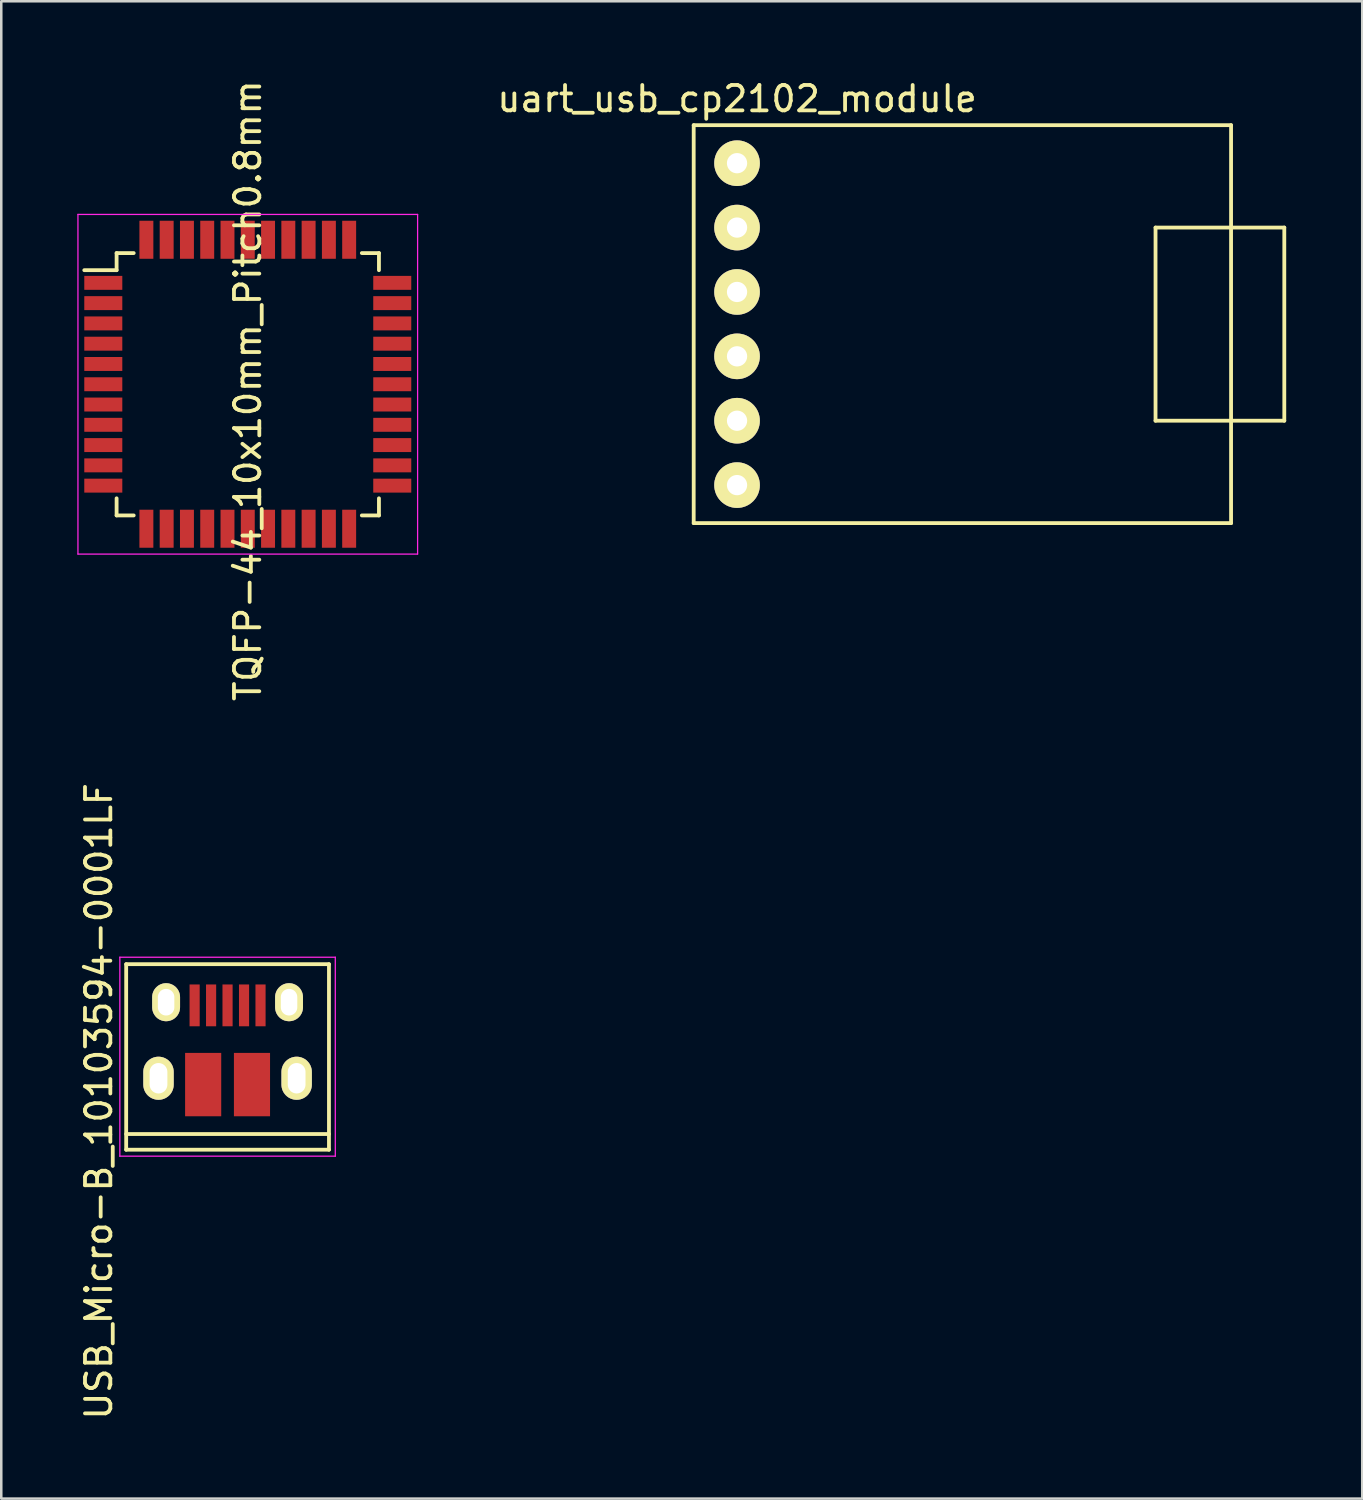
<source format=kicad_pcb>
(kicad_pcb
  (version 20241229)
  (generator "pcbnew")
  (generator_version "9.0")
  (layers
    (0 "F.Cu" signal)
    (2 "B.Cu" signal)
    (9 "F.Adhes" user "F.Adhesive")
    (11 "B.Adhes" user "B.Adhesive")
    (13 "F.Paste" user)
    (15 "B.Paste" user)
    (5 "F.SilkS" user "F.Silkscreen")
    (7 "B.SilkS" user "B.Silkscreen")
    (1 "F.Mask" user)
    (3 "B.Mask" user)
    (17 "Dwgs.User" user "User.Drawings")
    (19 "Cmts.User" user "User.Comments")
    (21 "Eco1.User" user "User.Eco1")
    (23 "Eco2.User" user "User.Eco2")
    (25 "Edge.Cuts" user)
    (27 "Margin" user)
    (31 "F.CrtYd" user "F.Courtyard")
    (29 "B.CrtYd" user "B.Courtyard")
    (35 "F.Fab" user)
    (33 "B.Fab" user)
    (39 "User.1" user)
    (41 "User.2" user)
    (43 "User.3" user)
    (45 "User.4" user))
  (footprint "uart_usb_cp2102_module"
    (layer "F.Cu")
    (at 34.917 9.738)
    (property "Reference" "uart_usb_cp2102_module" (at -8.89 -8.89 0) (layer "F.SilkS") (effects (font (size 1 1) (thickness 0.15))))
    (attr through_hole)
    (fp_line (start -10.6 -7.85) (end 10.6 -7.85) (stroke (width 0.15) (type solid)) (layer "F.SilkS"))
    (fp_line (start -10.6 7.85) (end -10.6 -7.85) (stroke (width 0.15) (type solid)) (layer "F.SilkS"))
    (fp_line (start 7.62 -3.81) (end 7.62 3.81) (stroke (width 0.15) (type solid)) (layer "F.SilkS"))
    (fp_line (start 7.62 3.81) (end 12.7 3.81) (stroke (width 0.15) (type solid)) (layer "F.SilkS"))
    (fp_line (start 10.6 -7.85) (end 10.6 7.85) (stroke (width 0.15) (type solid)) (layer "F.SilkS"))
    (fp_line (start 10.6 7.85) (end -10.6 7.85) (stroke (width 0.15) (type solid)) (layer "F.SilkS"))
    (fp_line (start 12.7 -3.81) (end 7.62 -3.81) (stroke (width 0.15) (type solid)) (layer "F.SilkS"))
    (fp_line (start 12.7 3.81) (end 12.7 -3.81) (stroke (width 0.15) (type solid)) (layer "F.SilkS"))
    (pad "1" thru_hole circle (at -8.89 -6.35) (size 1.8 1.8) (drill 0.8) (layers "*.Cu" "*.Mask" "F.SilkS"))
    (pad "2" thru_hole circle (at -8.89 -3.81) (size 1.8 1.8) (drill 0.8) (layers "*.Cu" "*.Mask" "F.SilkS"))
    (pad "3" thru_hole circle (at -8.89 -1.27) (size 1.8 1.8) (drill 0.8) (layers "*.Cu" "*.Mask" "F.SilkS"))
    (pad "4" thru_hole circle (at -8.89 1.27) (size 1.8 1.8) (drill 0.8) (layers "*.Cu" "*.Mask" "F.SilkS"))
    (pad "5" thru_hole circle (at -8.89 3.81) (size 1.8 1.8) (drill 0.8) (layers "*.Cu" "*.Mask" "F.SilkS"))
    (pad "6" thru_hole circle (at -8.89 6.35) (size 1.8 1.8) (drill 0.8) (layers "*.Cu" "*.Mask" "F.SilkS")))
  (footprint "USB_Micro-B_10103594-0001LF"
    (layer "F.Cu")
    (at 5.928 38.113)
    (property "Reference" "USB_Micro-B_10103594-0001LF" (at -5.08 2.286 90) (layer "F.SilkS") (effects (font (size 1 1) (thickness 0.15))))
    (attr smd)
    (fp_line (start -4 -3.125) (end 4 -3.125) (stroke (width 0.15) (type solid)) (layer "F.SilkS"))
    (fp_line (start -4 4.195) (end -4 -3.125) (stroke (width 0.15) (type solid)) (layer "F.SilkS"))
    (fp_line (start -4 4.195) (end 4 4.195) (stroke (width 0.15) (type solid)) (layer "F.SilkS"))
    (fp_line (start 4 -3.125) (end 4 4.195) (stroke (width 0.15) (type solid)) (layer "F.SilkS"))
    (fp_line (start 4 3.575) (end -4 3.575) (stroke (width 0.15) (type solid)) (layer "F.SilkS"))
    (fp_line (start -4.25 -3.4) (end 4.25 -3.4) (stroke (width 0.05) (type solid)) (layer "F.CrtYd"))
    (fp_line (start -4.25 4.45) (end -4.25 -3.4) (stroke (width 0.05) (type solid)) (layer "F.CrtYd"))
    (fp_line (start 4.25 -3.4) (end 4.25 4.45) (stroke (width 0.05) (type solid)) (layer "F.CrtYd"))
    (fp_line (start 4.25 4.45) (end -4.25 4.45) (stroke (width 0.05) (type solid)) (layer "F.CrtYd"))
    (pad "1" smd rect (at -1.3 -1.5 90) (size 1.65 0.4) (layers "F.Cu" "F.Mask" "F.Paste"))
    (pad "2" smd rect (at -0.65 -1.5 90) (size 1.65 0.4) (layers "F.Cu" "F.Mask" "F.Paste"))
    (pad "3" smd rect (at -0.001 -1.5 90) (size 1.65 0.4) (layers "F.Cu" "F.Mask" "F.Paste"))
    (pad "4" smd rect (at 0.65 -1.5 90) (size 1.65 0.4) (layers "F.Cu" "F.Mask" "F.Paste"))
    (pad "5" smd rect (at 1.3 -1.5 90) (size 1.65 0.4) (layers "F.Cu" "F.Mask" "F.Paste"))
    (pad "6" thru_hole oval (at -2.725 1.375 90) (size 1.7 1.2) (drill oval 1.2 0.7) (layers "*.Cu" "*.Mask" "F.SilkS"))
    (pad "6" thru_hole oval (at -2.425 -1.625 90) (size 1.5 1.1) (drill oval 1.05 0.65) (layers "*.Cu" "*.Mask" "F.SilkS"))
    (pad "6" smd rect (at -0.963 1.625 90) (size 2.5 1.425) (layers "F.Cu" "F.Mask" "F.Paste"))
    (pad "6" smd rect (at 0.963 1.625 90) (size 2.5 1.425) (layers "F.Cu" "F.Mask" "F.Paste"))
    (pad "6" thru_hole oval (at 2.425 -1.625 90) (size 1.5 1.1) (drill oval 1.05 0.65) (layers "*.Cu" "*.Mask" "F.SilkS"))
    (pad "6" thru_hole oval (at 2.725 1.375 90) (size 1.7 1.2) (drill oval 1.2 0.7) (layers "*.Cu" "*.Mask" "F.SilkS")))
  (footprint "TQFP-44_10x10mm_Pitch0.8mm"
    (layer "F.Cu")
    (at 6.725 12.109)
    (property "Reference" "TQFP-44_10x10mm_Pitch0.8mm" (at 0 0.254 270) (layer "F.SilkS") (effects (font (size 1 1) (thickness 0.15))))
    (attr smd)
    (fp_line (start -5.175 -5.175) (end -5.175 -4.5) (stroke (width 0.15) (type solid)) (layer "F.SilkS"))
    (fp_line (start -5.175 -5.175) (end -4.5 -5.175) (stroke (width 0.15) (type solid)) (layer "F.SilkS"))
    (fp_line (start -5.175 -4.5) (end -6.45 -4.5) (stroke (width 0.15) (type solid)) (layer "F.SilkS"))
    (fp_line (start -5.175 5.175) (end -5.175 4.5) (stroke (width 0.15) (type solid)) (layer "F.SilkS"))
    (fp_line (start -5.175 5.175) (end -4.5 5.175) (stroke (width 0.15) (type solid)) (layer "F.SilkS"))
    (fp_line (start 5.175 -5.175) (end 4.5 -5.175) (stroke (width 0.15) (type solid)) (layer "F.SilkS"))
    (fp_line (start 5.175 -5.175) (end 5.175 -4.5) (stroke (width 0.15) (type solid)) (layer "F.SilkS"))
    (fp_line (start 5.175 5.175) (end 4.5 5.175) (stroke (width 0.15) (type solid)) (layer "F.SilkS"))
    (fp_line (start 5.175 5.175) (end 5.175 4.5) (stroke (width 0.15) (type solid)) (layer "F.SilkS"))
    (fp_line (start -6.7 -6.7) (end -6.7 6.7) (stroke (width 0.05) (type solid)) (layer "F.CrtYd"))
    (fp_line (start -6.7 -6.7) (end 6.7 -6.7) (stroke (width 0.05) (type solid)) (layer "F.CrtYd"))
    (fp_line (start -6.7 6.7) (end 6.7 6.7) (stroke (width 0.05) (type solid)) (layer "F.CrtYd"))
    (fp_line (start 6.7 -6.7) (end 6.7 6.7) (stroke (width 0.05) (type solid)) (layer "F.CrtYd"))
    (pad "1" smd rect (at -5.7 -4) (size 1.5 0.55) (layers "F.Cu" "F.Mask" "F.Paste"))
    (pad "2" smd rect (at -5.7 -3.2) (size 1.5 0.55) (layers "F.Cu" "F.Mask" "F.Paste"))
    (pad "3" smd rect (at -5.7 -2.4) (size 1.5 0.55) (layers "F.Cu" "F.Mask" "F.Paste"))
    (pad "4" smd rect (at -5.7 -1.6) (size 1.5 0.55) (layers "F.Cu" "F.Mask" "F.Paste"))
    (pad "5" smd rect (at -5.7 -0.8) (size 1.5 0.55) (layers "F.Cu" "F.Mask" "F.Paste"))
    (pad "6" smd rect (at -5.7 0) (size 1.5 0.55) (layers "F.Cu" "F.Mask" "F.Paste"))
    (pad "7" smd rect (at -5.7 0.8) (size 1.5 0.55) (layers "F.Cu" "F.Mask" "F.Paste"))
    (pad "8" smd rect (at -5.7 1.6) (size 1.5 0.55) (layers "F.Cu" "F.Mask" "F.Paste"))
    (pad "9" smd rect (at -5.7 2.4) (size 1.5 0.55) (layers "F.Cu" "F.Mask" "F.Paste"))
    (pad "10" smd rect (at -5.7 3.2) (size 1.5 0.55) (layers "F.Cu" "F.Mask" "F.Paste"))
    (pad "11" smd rect (at -5.7 4) (size 1.5 0.55) (layers "F.Cu" "F.Mask" "F.Paste"))
    (pad "12" smd rect (at -4 5.7 90) (size 1.5 0.55) (layers "F.Cu" "F.Mask" "F.Paste"))
    (pad "13" smd rect (at -3.2 5.7 90) (size 1.5 0.55) (layers "F.Cu" "F.Mask" "F.Paste"))
    (pad "14" smd rect (at -2.4 5.7 90) (size 1.5 0.55) (layers "F.Cu" "F.Mask" "F.Paste"))
    (pad "15" smd rect (at -1.6 5.7 90) (size 1.5 0.55) (layers "F.Cu" "F.Mask" "F.Paste"))
    (pad "16" smd rect (at -0.8 5.7 90) (size 1.5 0.55) (layers "F.Cu" "F.Mask" "F.Paste"))
    (pad "17" smd rect (at 0 5.7 90) (size 1.5 0.55) (layers "F.Cu" "F.Mask" "F.Paste"))
    (pad "18" smd rect (at 0.8 5.7 90) (size 1.5 0.55) (layers "F.Cu" "F.Mask" "F.Paste"))
    (pad "19" smd rect (at 1.6 5.7 90) (size 1.5 0.55) (layers "F.Cu" "F.Mask" "F.Paste"))
    (pad "20" smd rect (at 2.4 5.7 90) (size 1.5 0.55) (layers "F.Cu" "F.Mask" "F.Paste"))
    (pad "21" smd rect (at 3.2 5.7 90) (size 1.5 0.55) (layers "F.Cu" "F.Mask" "F.Paste"))
    (pad "22" smd rect (at 4 5.7 90) (size 1.5 0.55) (layers "F.Cu" "F.Mask" "F.Paste"))
    (pad "23" smd rect (at 5.7 4) (size 1.5 0.55) (layers "F.Cu" "F.Mask" "F.Paste"))
    (pad "24" smd rect (at 5.7 3.2) (size 1.5 0.55) (layers "F.Cu" "F.Mask" "F.Paste"))
    (pad "25" smd rect (at 5.7 2.4) (size 1.5 0.55) (layers "F.Cu" "F.Mask" "F.Paste"))
    (pad "26" smd rect (at 5.7 1.6) (size 1.5 0.55) (layers "F.Cu" "F.Mask" "F.Paste"))
    (pad "27" smd rect (at 5.7 0.8) (size 1.5 0.55) (layers "F.Cu" "F.Mask" "F.Paste"))
    (pad "28" smd rect (at 5.7 0) (size 1.5 0.55) (layers "F.Cu" "F.Mask" "F.Paste"))
    (pad "29" smd rect (at 5.7 -0.8) (size 1.5 0.55) (layers "F.Cu" "F.Mask" "F.Paste"))
    (pad "30" smd rect (at 5.7 -1.6) (size 1.5 0.55) (layers "F.Cu" "F.Mask" "F.Paste"))
    (pad "31" smd rect (at 5.7 -2.4) (size 1.5 0.55) (layers "F.Cu" "F.Mask" "F.Paste"))
    (pad "32" smd rect (at 5.7 -3.2) (size 1.5 0.55) (layers "F.Cu" "F.Mask" "F.Paste"))
    (pad "33" smd rect (at 5.7 -4) (size 1.5 0.55) (layers "F.Cu" "F.Mask" "F.Paste"))
    (pad "34" smd rect (at 4 -5.7 90) (size 1.5 0.55) (layers "F.Cu" "F.Mask" "F.Paste"))
    (pad "35" smd rect (at 3.2 -5.7 90) (size 1.5 0.55) (layers "F.Cu" "F.Mask" "F.Paste"))
    (pad "36" smd rect (at 2.4 -5.7 90) (size 1.5 0.55) (layers "F.Cu" "F.Mask" "F.Paste"))
    (pad "37" smd rect (at 1.6 -5.7 90) (size 1.5 0.55) (layers "F.Cu" "F.Mask" "F.Paste"))
    (pad "38" smd rect (at 0.8 -5.7 90) (size 1.5 0.55) (layers "F.Cu" "F.Mask" "F.Paste"))
    (pad "39" smd rect (at 0 -5.7 90) (size 1.5 0.55) (layers "F.Cu" "F.Mask" "F.Paste"))
    (pad "40" smd rect (at -0.8 -5.7 90) (size 1.5 0.55) (layers "F.Cu" "F.Mask" "F.Paste"))
    (pad "41" smd rect (at -1.6 -5.7 90) (size 1.5 0.55) (layers "F.Cu" "F.Mask" "F.Paste"))
    (pad "42" smd rect (at -2.4 -5.7 90) (size 1.5 0.55) (layers "F.Cu" "F.Mask" "F.Paste"))
    (pad "43" smd rect (at -3.2 -5.7 90) (size 1.5 0.55) (layers "F.Cu" "F.Mask" "F.Paste"))
    (pad "44" smd rect (at -4 -5.7 90) (size 1.5 0.55) (layers "F.Cu" "F.Mask" "F.Paste")))
  (gr_rect
    (start -3 -3)
    (end 50.692 56.071)
    (stroke (width 0.1) (type default))
    (fill no)
    (layer "Edge.Cuts")))
</source>
